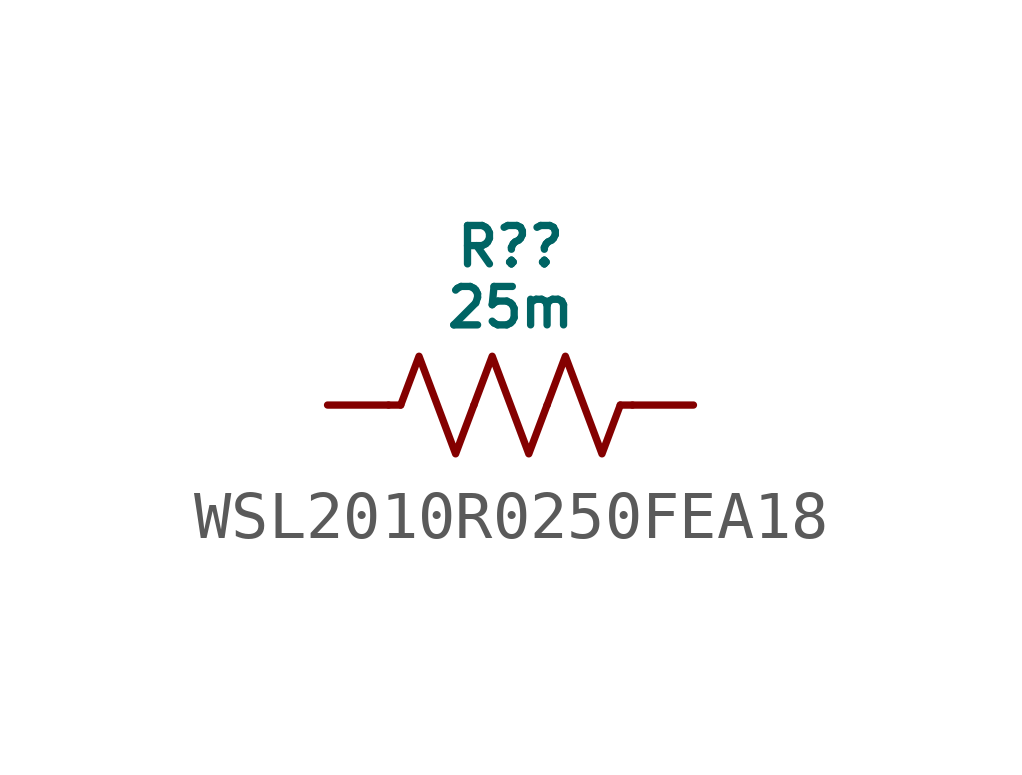
<source format=kicad_sym>
(kicad_symbol_lib
  (version 20231120)
  (generator "kicad_symbol_editor")
  (generator_version "8.0")
  (symbol "WSL2010R0250FEA18"
    (pin_numbers hide)
    (pin_names hide)
    (property "Reference" "R?"
      (at 0 3.302 0)
      (do_not_autoplace)
      (effects (font (size 0.8 0.8))))
    (property "Value" "25m"
      (at 0 2.032 0)
      (do_not_autoplace)
      (effects (font (size 0.8 0.8))))
    (symbol "WSL2010R0250FEA18_0_1"
      (polyline (pts (xy -2.286 0) (xy -2.54 0)) (stroke (width 0) (type default)) (fill (type none)))
      (polyline (pts (xy 2.286 0) (xy 2.54 0)) (stroke (width 0) (type default)) (fill (type none)))
      (polyline (pts (xy -2.286 0) (xy -1.905 1.016) (xy -1.524 0) (xy -1.143 -1.016) (xy -0.762 0)) (stroke (width 0) (type default)) (fill (type none)))
      (polyline (pts (xy -0.762 0) (xy -0.381 1.016) (xy 0 0) (xy 0.381 -1.016) (xy 0.762 0)) (stroke (width 0) (type default)) (fill (type none)))
      (polyline (pts (xy 0.762 0) (xy 1.143 1.016) (xy 1.524 0) (xy 1.905 -1.016) (xy 2.286 0)) (stroke (width 0) (type default)) (fill (type none))))
    (symbol "WSL2010R0250FEA18_1_0"
      (pin passive line (at -3.81 0 0) (length 1.27) (name "" (effects (font (size 0.8 0.8)))) (number "1" (effects (font (size 0.8 0.8)))))
      (pin passive line (at 3.81 0 180) (length 1.27) (name "" (effects (font (size 0.8 0.8)))) (number "2" (effects (font (size 0.8 0.8))))))))
</source>
